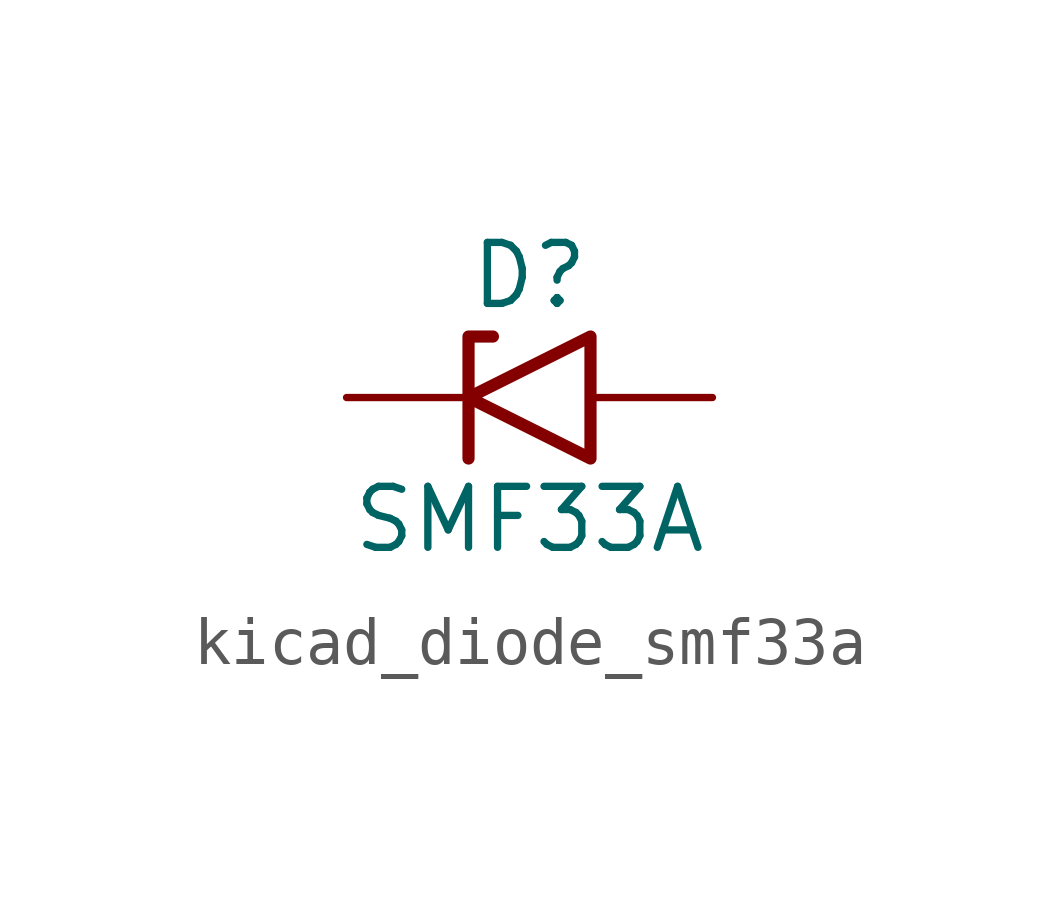
<source format=kicad_sym>
(kicad_symbol_lib
  (version 20220914)
  (generator kicad_symbol_editor)
  (symbol "kicad_diode_smf33a"
    (pin_numbers hide)
    (pin_names
      (offset 1.016) hide)
    (property "Reference" "D"
      (at 0 2.54 0)
      (effects (font (size 1.27 1.27))))
    (property "Value" "SMF33A"
      (at 0 -2.54 0)
      (effects (font (size 1.27 1.27))))
    (symbol "kicad_diode_smf33a_0_1"
      (polyline (pts (xy -0.762 1.27) (xy -1.27 1.27) (xy -1.27 -1.27)) (stroke (width 0.254) (type default)) (fill (type none)))
      (polyline (pts (xy 1.27 1.27) (xy 1.27 -1.27) (xy -1.27 0) (xy 1.27 1.27)) (stroke (width 0.254) (type default)) (fill (type none))))
    (symbol "kicad_diode_smf33a_1_1"
      (pin passive line (at -3.81 0 0) (length 2.54) (name "A1" (effects (font (size 1.27 1.27)))) (number "1" (effects (font (size 1.27 1.27)))))
      (pin passive line (at 3.81 0 180) (length 2.54) (name "A2" (effects (font (size 1.27 1.27)))) (number "2" (effects (font (size 1.27 1.27))))))))
</source>
